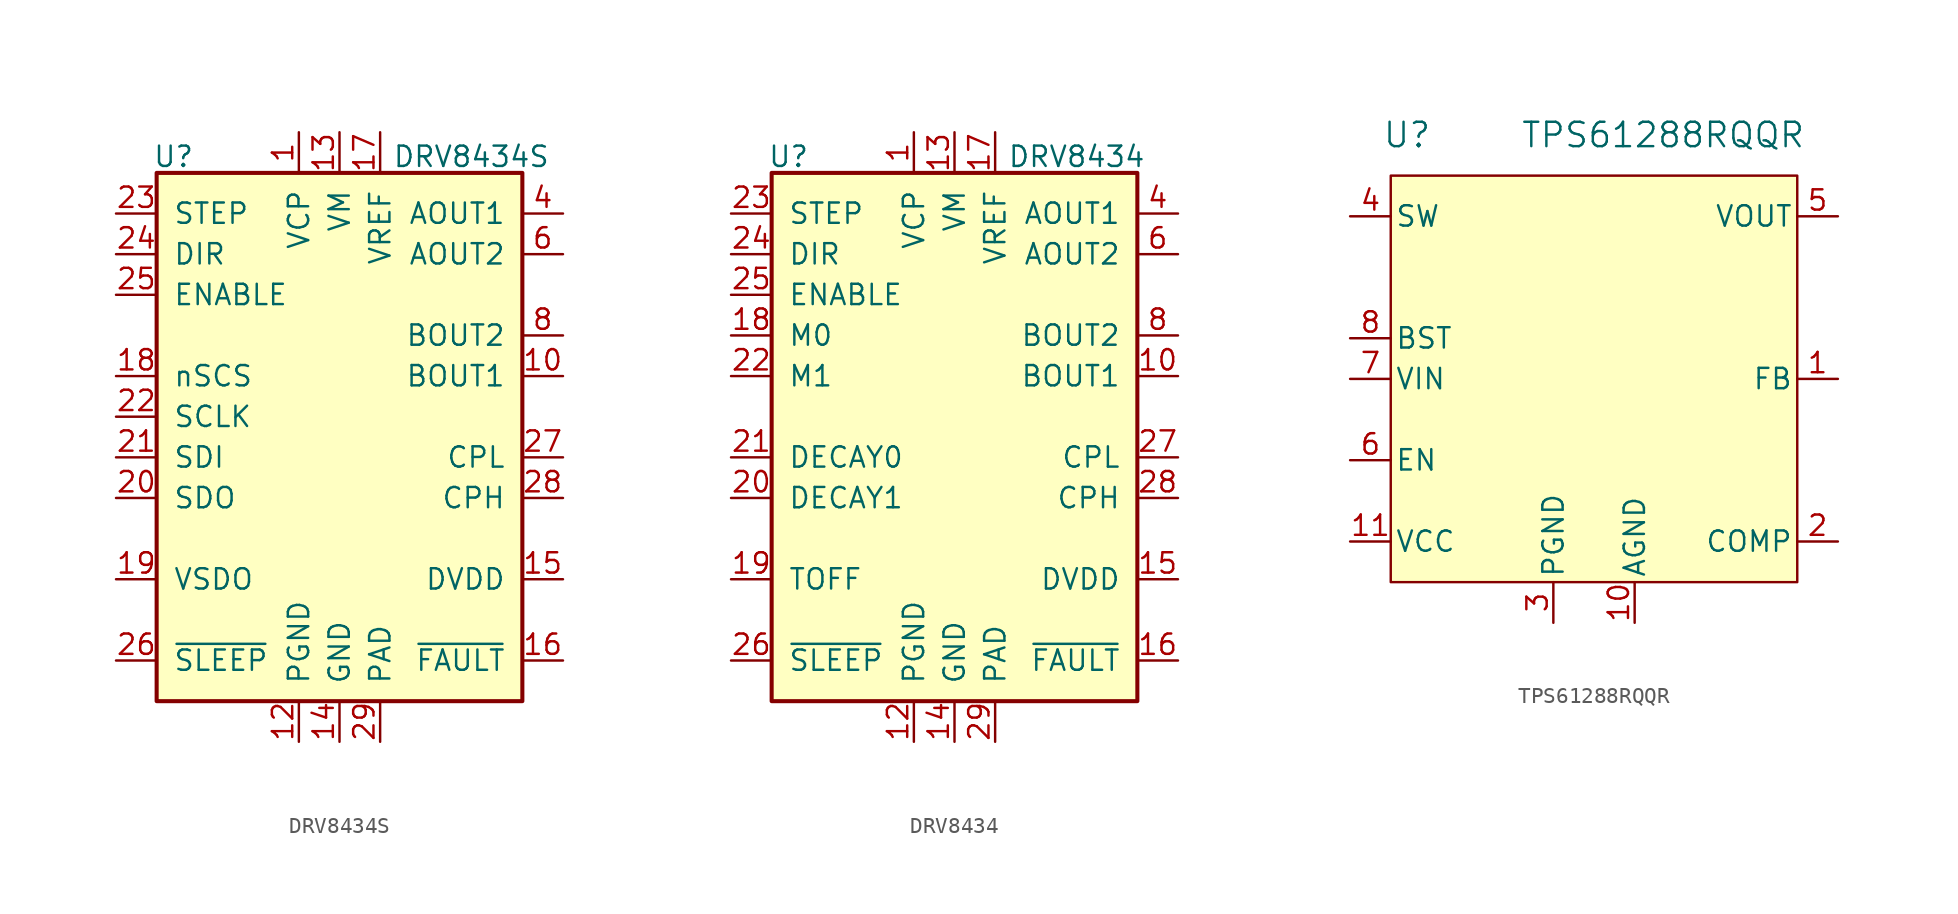
<source format=kicad_sym>
(kicad_symbol_lib
  (version 20241209)
  (generator "kicad_symbol_editor")
  (generator_version "9.0")
  (symbol "DRV8434S"
    (pin_names
      (offset 1.016))
    (property "Reference" "U"
      (at -11.684 17.526 0)
      (effects (font (size 1.27 1.27)) (justify left)))
    (property "Value" "DRV8434S"
      (at 3.302 17.526 0)
      (effects (font (size 1.27 1.27)) (justify left)))
    (symbol "DRV8434S_1_1"
      (rectangle (start -11.43 16.51) (end 11.43 -16.51) (stroke (width 0.254) (type solid)) (fill (type background)))
      (pin input line (at -13.97 13.97 0) (length 2.54) (name "STEP" (effects (font (size 1.27 1.27)))) (number "23" (effects (font (size 1.27 1.27)))))
      (pin input line (at -13.97 11.43 0) (length 2.54) (name "DIR" (effects (font (size 1.27 1.27)))) (number "24" (effects (font (size 1.27 1.27)))))
      (pin input line (at -13.97 8.89 0) (length 2.54) (name "ENABLE" (effects (font (size 1.27 1.27)))) (number "25" (effects (font (size 1.27 1.27)))))
      (pin input line (at -13.97 3.81 0) (length 2.54) (name "nSCS" (effects (font (size 1.27 1.27)))) (number "18" (effects (font (size 1.27 1.27)))))
      (pin input line (at -13.97 1.27 0) (length 2.54) (name "SCLK" (effects (font (size 1.27 1.27)))) (number "22" (effects (font (size 1.27 1.27)))))
      (pin input line (at -13.97 -1.27 0) (length 2.54) (name "SDI" (effects (font (size 1.27 1.27)))) (number "21" (effects (font (size 1.27 1.27)))))
      (pin output line (at -13.97 -3.81 0) (length 2.54) (name "SDO" (effects (font (size 1.27 1.27)))) (number "20" (effects (font (size 1.27 1.27)))))
      (pin input line (at -13.97 -8.89 0) (length 2.54) (name "VSDO" (effects (font (size 1.27 1.27)))) (number "19" (effects (font (size 1.27 1.27)))))
      (pin input line (at -13.97 -13.97 0) (length 2.54) (name "~{SLEEP}" (effects (font (size 1.27 1.27)))) (number "26" (effects (font (size 1.27 1.27)))))
      (pin input line (at -2.54 19.05 270) (length 2.54) (name "VCP" (effects (font (size 1.27 1.27)))) (number "1" (effects (font (size 1.27 1.27)))))
      (pin power_in line (at -2.54 -19.05 90) (length 2.54) (name "PGND" (effects (font (size 1.27 1.27)))) (number "12" (effects (font (size 1.27 1.27)))))
      (pin power_in line (at -2.54 -19.05 90) (length 2.54) (hide yes) (name "PGND" (effects (font (size 1.27 1.27)))) (number "3" (effects (font (size 1.27 1.27)))))
      (pin power_in line (at 0 19.05 270) (length 2.54) (name "VM" (effects (font (size 1.27 1.27)))) (number "13" (effects (font (size 1.27 1.27)))))
      (pin input line (at 0 19.05 270) (length 2.54) (hide yes) (name "VM" (effects (font (size 1.27 1.27)))) (number "2" (effects (font (size 1.27 1.27)))))
      (pin power_in line (at 0 -19.05 90) (length 2.54) (name "GND" (effects (font (size 1.27 1.27)))) (number "14" (effects (font (size 1.27 1.27)))))
      (pin input line (at 2.54 19.05 270) (length 2.54) (name "VREF" (effects (font (size 1.27 1.27)))) (number "17" (effects (font (size 1.27 1.27)))))
      (pin power_in line (at 2.54 -19.05 90) (length 2.54) (name "PAD" (effects (font (size 1.27 1.27)))) (number "29" (effects (font (size 1.27 1.27)))))
      (pin power_out line (at 13.97 13.97 180) (length 2.54) (name "AOUT1" (effects (font (size 1.27 1.27)))) (number "4" (effects (font (size 1.27 1.27)))))
      (pin power_out line (at 13.97 13.97 180) (length 2.54) (hide yes) (name "AOUT1" (effects (font (size 1.27 1.27)))) (number "5" (effects (font (size 1.27 1.27)))))
      (pin power_out line (at 13.97 11.43 180) (length 2.54) (name "AOUT2" (effects (font (size 1.27 1.27)))) (number "6" (effects (font (size 1.27 1.27)))))
      (pin power_out line (at 13.97 11.43 180) (length 2.54) (hide yes) (name "AOUT2" (effects (font (size 1.27 1.27)))) (number "7" (effects (font (size 1.27 1.27)))))
      (pin power_out line (at 13.97 6.35 180) (length 2.54) (name "BOUT2" (effects (font (size 1.27 1.27)))) (number "8" (effects (font (size 1.27 1.27)))))
      (pin power_out line (at 13.97 6.35 180) (length 2.54) (hide yes) (name "BOUT2" (effects (font (size 1.27 1.27)))) (number "9" (effects (font (size 1.27 1.27)))))
      (pin power_out line (at 13.97 3.81 180) (length 2.54) (name "BOUT1" (effects (font (size 1.27 1.27)))) (number "10" (effects (font (size 1.27 1.27)))))
      (pin power_out line (at 13.97 3.81 180) (length 2.54) (hide yes) (name "BOUT1" (effects (font (size 1.27 1.27)))) (number "11" (effects (font (size 1.27 1.27)))))
      (pin bidirectional line (at 13.97 -1.27 180) (length 2.54) (name "CPL" (effects (font (size 1.27 1.27)))) (number "27" (effects (font (size 1.27 1.27)))))
      (pin bidirectional line (at 13.97 -3.81 180) (length 2.54) (name "CPH" (effects (font (size 1.27 1.27)))) (number "28" (effects (font (size 1.27 1.27)))))
      (pin bidirectional line (at 13.97 -8.89 180) (length 2.54) (name "DVDD" (effects (font (size 1.27 1.27)))) (number "15" (effects (font (size 1.27 1.27)))))
      (pin open_collector line (at 13.97 -13.97 180) (length 2.54) (name "~{FAULT}" (effects (font (size 1.27 1.27)))) (number "16" (effects (font (size 1.27 1.27)))))))
  (symbol "DRV8434"
    (pin_names
      (offset 1.016))
    (property "Reference" "U"
      (at -11.684 17.526 0)
      (effects (font (size 1.27 1.27)) (justify left)))
    (property "Value" "DRV8434"
      (at 3.302 17.526 0)
      (effects (font (size 1.27 1.27)) (justify left)))
    (symbol "DRV8434_1_1"
      (rectangle (start -11.43 16.51) (end 11.43 -16.51) (stroke (width 0.254) (type solid)) (fill (type background)))
      (pin input line (at -13.97 13.97 0) (length 2.54) (name "STEP" (effects (font (size 1.27 1.27)))) (number "23" (effects (font (size 1.27 1.27)))))
      (pin input line (at -13.97 11.43 0) (length 2.54) (name "DIR" (effects (font (size 1.27 1.27)))) (number "24" (effects (font (size 1.27 1.27)))))
      (pin input line (at -13.97 8.89 0) (length 2.54) (name "ENABLE" (effects (font (size 1.27 1.27)))) (number "25" (effects (font (size 1.27 1.27)))))
      (pin input line (at -13.97 6.35 0) (length 2.54) (name "M0" (effects (font (size 1.27 1.27)))) (number "18" (effects (font (size 1.27 1.27)))))
      (pin input line (at -13.97 3.81 0) (length 2.54) (name "M1" (effects (font (size 1.27 1.27)))) (number "22" (effects (font (size 1.27 1.27)))))
      (pin input line (at -13.97 -1.27 0) (length 2.54) (name "DECAY0" (effects (font (size 1.27 1.27)))) (number "21" (effects (font (size 1.27 1.27)))))
      (pin input line (at -13.97 -3.81 0) (length 2.54) (name "DECAY1" (effects (font (size 1.27 1.27)))) (number "20" (effects (font (size 1.27 1.27)))))
      (pin input line (at -13.97 -8.89 0) (length 2.54) (name "TOFF" (effects (font (size 1.27 1.27)))) (number "19" (effects (font (size 1.27 1.27)))))
      (pin input line (at -13.97 -13.97 0) (length 2.54) (name "~{SLEEP}" (effects (font (size 1.27 1.27)))) (number "26" (effects (font (size 1.27 1.27)))))
      (pin input line (at -2.54 19.05 270) (length 2.54) (name "VCP" (effects (font (size 1.27 1.27)))) (number "1" (effects (font (size 1.27 1.27)))))
      (pin power_in line (at -2.54 -19.05 90) (length 2.54) (name "PGND" (effects (font (size 1.27 1.27)))) (number "12" (effects (font (size 1.27 1.27)))))
      (pin power_in line (at -2.54 -19.05 90) (length 2.54) (hide yes) (name "PGND" (effects (font (size 1.27 1.27)))) (number "3" (effects (font (size 1.27 1.27)))))
      (pin power_in line (at 0 19.05 270) (length 2.54) (name "VM" (effects (font (size 1.27 1.27)))) (number "13" (effects (font (size 1.27 1.27)))))
      (pin power_in line (at 0 19.05 270) (length 2.54) (hide yes) (name "VM" (effects (font (size 1.27 1.27)))) (number "2" (effects (font (size 1.27 1.27)))))
      (pin power_in line (at 0 -19.05 90) (length 2.54) (name "GND" (effects (font (size 1.27 1.27)))) (number "14" (effects (font (size 1.27 1.27)))))
      (pin input line (at 2.54 19.05 270) (length 2.54) (name "VREF" (effects (font (size 1.27 1.27)))) (number "17" (effects (font (size 1.27 1.27)))))
      (pin power_in line (at 2.54 -19.05 90) (length 2.54) (name "PAD" (effects (font (size 1.27 1.27)))) (number "29" (effects (font (size 1.27 1.27)))))
      (pin power_out line (at 13.97 13.97 180) (length 2.54) (name "AOUT1" (effects (font (size 1.27 1.27)))) (number "4" (effects (font (size 1.27 1.27)))))
      (pin power_out line (at 13.97 13.97 180) (length 2.54) (hide yes) (name "AOUT1" (effects (font (size 1.27 1.27)))) (number "5" (effects (font (size 1.27 1.27)))))
      (pin power_out line (at 13.97 11.43 180) (length 2.54) (name "AOUT2" (effects (font (size 1.27 1.27)))) (number "6" (effects (font (size 1.27 1.27)))))
      (pin power_out line (at 13.97 11.43 180) (length 2.54) (hide yes) (name "AOUT2" (effects (font (size 1.27 1.27)))) (number "7" (effects (font (size 1.27 1.27)))))
      (pin power_out line (at 13.97 6.35 180) (length 2.54) (name "BOUT2" (effects (font (size 1.27 1.27)))) (number "8" (effects (font (size 1.27 1.27)))))
      (pin power_out line (at 13.97 6.35 180) (length 2.54) (hide yes) (name "BOUT2" (effects (font (size 1.27 1.27)))) (number "9" (effects (font (size 1.27 1.27)))))
      (pin power_out line (at 13.97 3.81 180) (length 2.54) (name "BOUT1" (effects (font (size 1.27 1.27)))) (number "10" (effects (font (size 1.27 1.27)))))
      (pin power_out line (at 13.97 3.81 180) (length 2.54) (hide yes) (name "BOUT1" (effects (font (size 1.27 1.27)))) (number "11" (effects (font (size 1.27 1.27)))))
      (pin bidirectional line (at 13.97 -1.27 180) (length 2.54) (name "CPL" (effects (font (size 1.27 1.27)))) (number "27" (effects (font (size 1.27 1.27)))))
      (pin bidirectional line (at 13.97 -3.81 180) (length 2.54) (name "CPH" (effects (font (size 1.27 1.27)))) (number "28" (effects (font (size 1.27 1.27)))))
      (pin bidirectional line (at 13.97 -8.89 180) (length 2.54) (name "DVDD" (effects (font (size 1.27 1.27)))) (number "15" (effects (font (size 1.27 1.27)))))
      (pin open_collector line (at 13.97 -13.97 180) (length 2.54) (name "~{FAULT}" (effects (font (size 1.27 1.27)))) (number "16" (effects (font (size 1.27 1.27)))))))
  (symbol "TPS61288RQQR"
    (pin_names
      (offset 0.254))
    (property "Reference" "U"
      (at -11.684 15.24 0)
      (effects (font (size 1.524 1.524))))
    (property "Value" "TPS61288RQQR"
      (at 4.318 15.24 0)
      (effects (font (size 1.524 1.524))))
    (symbol "TPS61288RQQR_0_1"
      (pin power_in line (at -15.24 0 0) (length 2.54) (name "VIN" (effects (font (size 1.27 1.27)))) (number "7" (effects (font (size 1.27 1.27)))))
      (pin input line (at -15.24 -5.08 0) (length 2.54) (name "EN" (effects (font (size 1.27 1.27)))) (number "6" (effects (font (size 1.27 1.27)))))
      (pin power_in line (at -2.54 -15.24 90) (length 2.54) (name "PGND" (effects (font (size 1.27 1.27)))) (number "3" (effects (font (size 1.27 1.27)))))
      (pin power_in line (at 2.54 -15.24 90) (length 2.54) (name "AGND" (effects (font (size 1.27 1.27)))) (number "10" (effects (font (size 1.27 1.27))))))
    (symbol "TPS61288RQQR_1_1"
      (rectangle (start -12.7 12.7) (end 12.7 -12.7) (stroke (width 0) (type solid)) (fill (type background)))
      (pin open_collector line (at -15.24 10.16 0) (length 2.54) (name "SW" (effects (font (size 1.27 1.27)))) (number "4" (effects (font (size 1.27 1.27)))))
      (pin open_collector line (at -15.24 10.16 0) (length 2.54) (hide yes) (name "SW" (effects (font (size 1.27 1.27)))) (number "9" (effects (font (size 1.27 1.27)))))
      (pin output line (at -15.24 2.54 0) (length 2.54) (name "BST" (effects (font (size 1.27 1.27)))) (number "8" (effects (font (size 1.27 1.27)))))
      (pin output line (at -15.24 -10.16 0) (length 2.54) (name "VCC" (effects (font (size 1.27 1.27)))) (number "11" (effects (font (size 1.27 1.27)))))
      (pin power_out line (at 15.24 10.16 180) (length 2.54) (name "VOUT" (effects (font (size 1.27 1.27)))) (number "5" (effects (font (size 1.27 1.27)))))
      (pin input line (at 15.24 0 180) (length 2.54) (name "FB" (effects (font (size 1.27 1.27)))) (number "1" (effects (font (size 1.27 1.27)))))
      (pin output line (at 15.24 -10.16 180) (length 2.54) (name "COMP" (effects (font (size 1.27 1.27)))) (number "2" (effects (font (size 1.27 1.27))))))))
</source>
